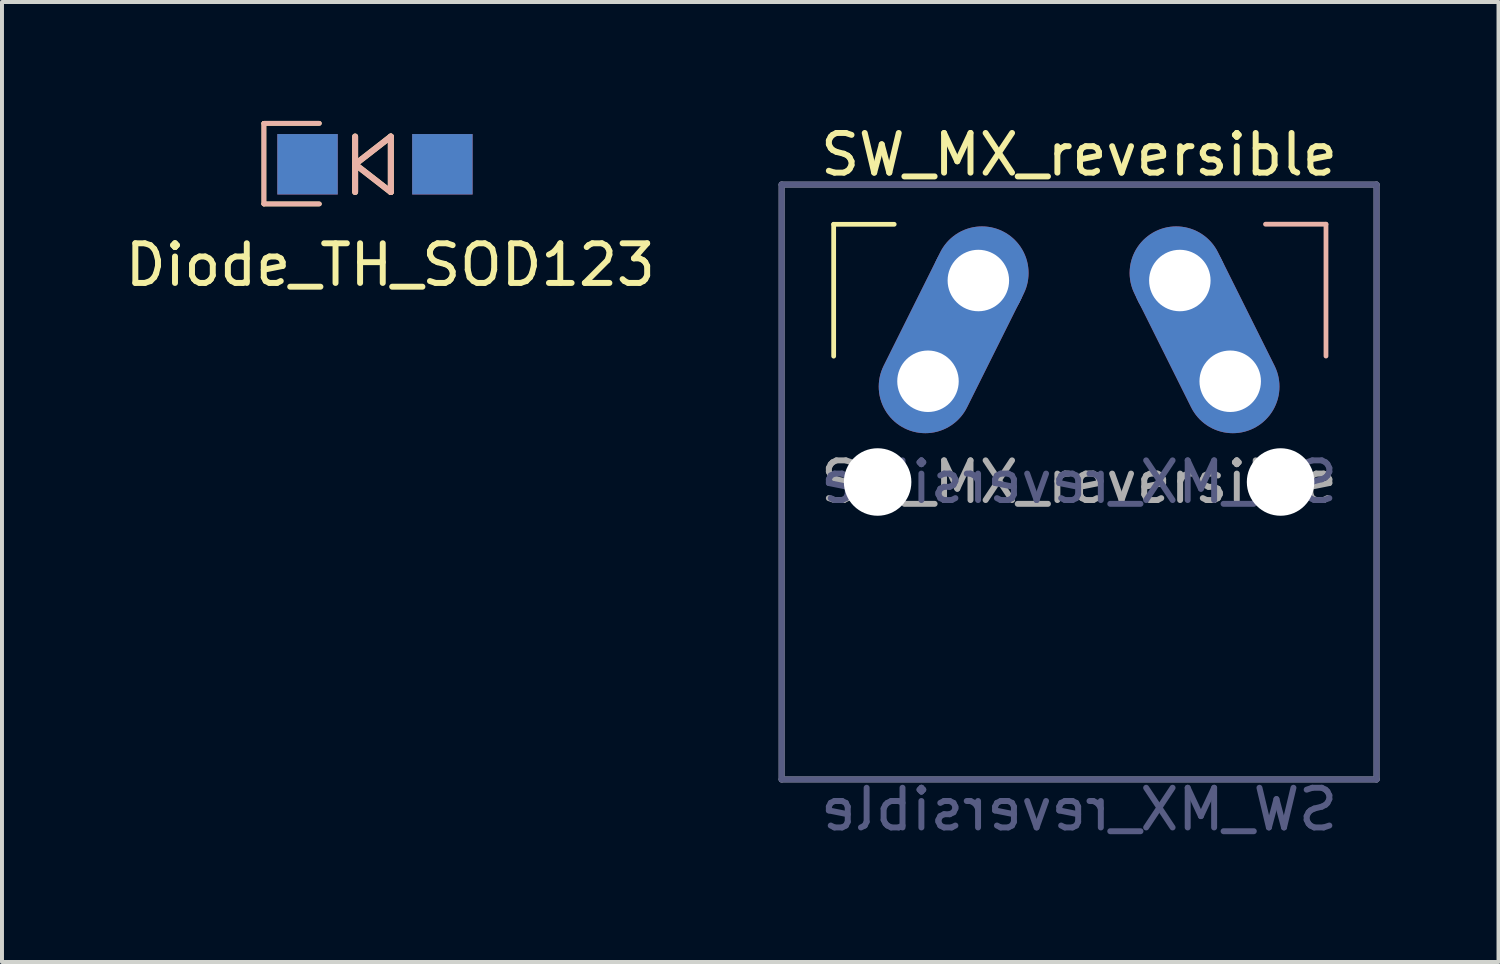
<source format=kicad_pcb>
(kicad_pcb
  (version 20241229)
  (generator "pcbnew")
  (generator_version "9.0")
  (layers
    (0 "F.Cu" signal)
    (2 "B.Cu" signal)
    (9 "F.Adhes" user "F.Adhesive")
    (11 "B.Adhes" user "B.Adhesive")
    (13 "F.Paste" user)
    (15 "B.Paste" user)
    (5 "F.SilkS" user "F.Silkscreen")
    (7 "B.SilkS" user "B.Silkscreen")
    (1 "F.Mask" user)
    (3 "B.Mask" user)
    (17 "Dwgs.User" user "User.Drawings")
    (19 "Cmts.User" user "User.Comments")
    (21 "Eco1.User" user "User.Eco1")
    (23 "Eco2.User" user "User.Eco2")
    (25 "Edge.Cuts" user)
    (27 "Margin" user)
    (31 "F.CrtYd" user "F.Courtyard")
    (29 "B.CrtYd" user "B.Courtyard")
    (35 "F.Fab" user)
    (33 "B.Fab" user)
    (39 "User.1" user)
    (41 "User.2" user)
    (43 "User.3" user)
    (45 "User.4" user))
  (footprint "Diode_TH_SOD123"
    (layer "F.Cu")
    (at 1.404 1.092)
    (property "Reference" "Diode_TH_SOD123" (at 5.387 2.537 0) (layer "F.SilkS") (effects (font (size 1 1) (thickness 0.15))))
    (attr through_hole)
    (fp_line (start 2.2 -1.032) (end 2.2 1) (stroke (width 0.12) (type solid)) (layer "F.SilkS"))
    (fp_line (start 2.2 1) (end 3.597 1) (stroke (width 0.12) (type solid)) (layer "F.SilkS"))
    (fp_line (start 3.597 -1.032) (end 2.2 -1.032) (stroke (width 0.12) (type solid)) (layer "F.SilkS"))
    (fp_line (start 4.5 -0.7) (end 4.5 0.7) (stroke (width 0.15) (type solid)) (layer "F.SilkS"))
    (fp_line (start 4.5 0) (end 5.4 -0.7) (stroke (width 0.15) (type solid)) (layer "F.SilkS"))
    (fp_line (start 5.4 -0.7) (end 5.4 0.7) (stroke (width 0.15) (type solid)) (layer "F.SilkS"))
    (fp_line (start 5.4 0.7) (end 4.5 0) (stroke (width 0.15) (type solid)) (layer "F.SilkS"))
    (fp_line (start 2.2 -1.032) (end 3.597 -1.032) (stroke (width 0.12) (type solid)) (layer "B.SilkS"))
    (fp_line (start 2.2 1) (end 2.2 -1.032) (stroke (width 0.12) (type solid)) (layer "B.SilkS"))
    (fp_line (start 3.597 1) (end 2.2 1) (stroke (width 0.12) (type solid)) (layer "B.SilkS"))
    (fp_line (start 4.5 -0.7) (end 4.5 0.7) (stroke (width 0.15) (type solid)) (layer "B.SilkS"))
    (fp_line (start 4.5 0) (end 5.4 -0.7) (stroke (width 0.15) (type solid)) (layer "B.SilkS"))
    (fp_line (start 5.4 -0.7) (end 5.4 0.7) (stroke (width 0.15) (type solid)) (layer "B.SilkS"))
    (fp_line (start 5.4 0.7) (end 4.5 0) (stroke (width 0.15) (type solid)) (layer "B.SilkS"))
    (pad "1" smd rect (at 3.3 0) (size 1.524 1.524) (layers "F.Cu" "F.Mask" "F.Paste"))
    (pad "1" smd rect (at 3.3 0) (size 1.524 1.524) (layers "B.Cu" "B.Mask" "B.Paste"))
    (pad "2" smd rect (at 6.7 0) (size 1.524 1.524) (layers "F.Cu" "F.Mask" "F.Paste"))
    (pad "2" smd rect (at 6.7 0) (size 1.524 1.524) (layers "B.Cu" "B.Mask" "B.Paste")))
  (footprint "SW_MX_reversible"
    (layer "F.Cu")
    (at 24.158 9.103)
    (property "Reference" "SW_MX_reversible" (at 0 -8.255 0) (layer "F.SilkS") (effects (font (size 1 1) (thickness 0.15))))
    (property "Value" "SW_MX_reversible" (at 0 8.255 0) (layer "F.Fab") (hide yes) (effects (font (size 1 1) (thickness 0.15))))
    (attr through_hole)
    (fp_line (start -6.188 -6.498) (end -6.188 -3.173) (stroke (width 0.12) (type solid)) (layer "F.SilkS"))
    (fp_line (start -6.188 -6.498) (end -4.662 -6.498) (stroke (width 0.12) (type solid)) (layer "F.SilkS"))
    (fp_line (start 6.225 -6.5) (end 4.7 -6.5) (stroke (width 0.12) (type solid)) (layer "B.SilkS"))
    (fp_line (start 6.225 -6.5) (end 6.225 -3.175) (stroke (width 0.12) (type solid)) (layer "B.SilkS"))
    (fp_line (start -6.9 6.9) (end -6.9 -6.9) (stroke (width 0.15) (type solid)) (layer "Eco2.User"))
    (fp_line (start -6.9 6.9) (end 6.9 6.9) (stroke (width 0.15) (type solid)) (layer "Eco2.User"))
    (fp_line (start 6.9 -6.9) (end -6.9 -6.9) (stroke (width 0.15) (type solid)) (layer "Eco2.User"))
    (fp_line (start 6.9 -6.9) (end 6.9 6.9) (stroke (width 0.15) (type solid)) (layer "Eco2.User"))
    (fp_line (start -7.5 -7.5) (end 7.5 -7.5) (stroke (width 0.15) (type solid)) (layer "B.Fab"))
    (fp_line (start -7.5 7.5) (end -7.5 -7.5) (stroke (width 0.15) (type solid)) (layer "B.Fab"))
    (fp_line (start 7.5 -7.5) (end 7.5 7.5) (stroke (width 0.15) (type solid)) (layer "B.Fab"))
    (fp_line (start 7.5 7.5) (end -7.5 7.5) (stroke (width 0.15) (type solid)) (layer "B.Fab"))
    (fp_line (start -7.5 -7.5) (end 7.5 -7.5) (stroke (width 0.15) (type solid)) (layer "F.Fab"))
    (fp_line (start -7.5 7.5) (end -7.5 -7.5) (stroke (width 0.15) (type solid)) (layer "F.Fab"))
    (fp_line (start 7.5 -7.5) (end 7.5 7.5) (stroke (width 0.15) (type solid)) (layer "F.Fab"))
    (fp_line (start 7.5 7.5) (end -7.5 7.5) (stroke (width 0.15) (type solid)) (layer "F.Fab"))
    (fp_text user "${VALUE}" (at 0 8.255 0) (layer "B.Fab") (effects (font (size 1 1) (thickness 0.15)) (justify mirror)))
    (fp_text user "${REFERENCE}" (at 0 0 0) (layer "B.Fab") (effects (font (size 1 1) (thickness 0.15)) (justify mirror)))
    (fp_text user "${REFERENCE}" (at 0 0 0) (layer "F.Fab") (effects (font (size 1 1) (thickness 0.15))))
    (pad "" np_thru_hole circle (at -5.08 0) (size 1.702 1.702) (drill 1.702) (layers "*.Cu" "*.Mask"))
    (pad "" np_thru_hole circle (at 5.08 0) (size 1.702 1.702) (drill 1.702) (layers "*.Cu" "*.Mask"))
    (pad "1" thru_hole oval (at -3.81 -2.54 333.5) (size 2.35 5.55) (drill 1.55 (offset 0 -1.45)) (layers "*.Cu" "*.Mask"))
    (pad "1" thru_hole circle (at -2.54 -5.08) (size 2.35 2.35) (drill 1.55) (layers "*.Cu" "*.Mask") (remove_unused_layers yes) (keep_end_layers yes) (zone_layer_connections))
    (pad "2" thru_hole circle (at 2.54 -5.08) (size 2.35 2.35) (drill 1.55) (layers "*.Cu" "*.Mask"))
    (pad "2" thru_hole oval (at 3.81 -2.54 26.5) (size 2.35 5.55) (drill 1.55 (offset 0 -1.45)) (layers "*.Cu" "*.Mask")))
  (gr_rect
    (start -3 -3)
    (end 34.733 21.206)
    (stroke (width 0.1) (type default))
    (fill no)
    (layer "Edge.Cuts")))
</source>
